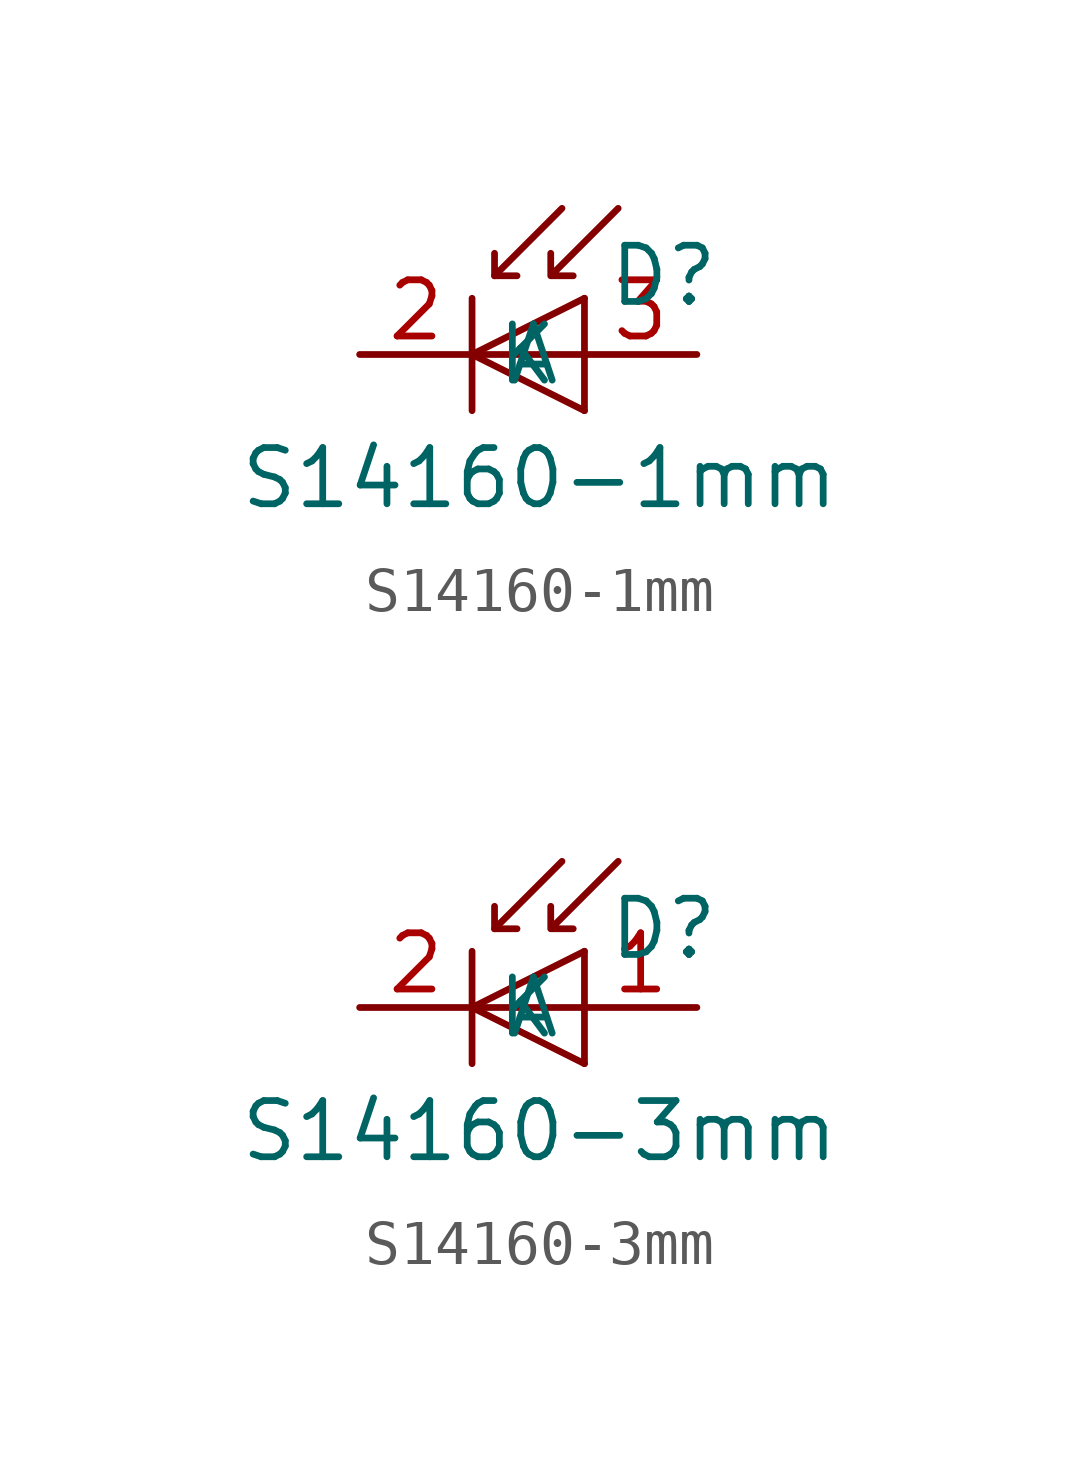
<source format=kicad_sym>
(kicad_symbol_lib
  (version 20200126)
  (host kicad_symbol_editor "(5.99.0-2215-gb084305b1)")
  (symbol "SIPMLibrary:S14160-1mm"
    (pin_names
      (offset 0.508))
    (property "Reference" "D"
      (at 0.508 1.778 0)
      (effects (font (size 1.27 1.27)) (justify left)))
    (property "Value" "S14160-1mm"
      (at -1.016 -2.794 0)
      (effects (font (size 1.27 1.27))))
    (symbol "S14160-1mm_0_1"
      (polyline (pts (xy -2.54 1.27) (xy -2.54 -1.27)) (stroke (width 0.152)) (fill (type none)))
      (polyline (pts (xy -2.032 1.778) (xy -1.524 1.778)) (stroke (width 0)) (fill (type none)))
      (polyline (pts (xy 0 0) (xy -2.54 0)) (stroke (width 0)) (fill (type none)))
      (polyline (pts (xy 0 1.27) (xy 0 -1.27)) (stroke (width 0)) (fill (type none)))
      (polyline (pts (xy -0.508 3.302) (xy -2.032 1.778) (xy -2.032 2.286)) (stroke (width 0)) (fill (type none)))
      (polyline (pts (xy 0 1.27) (xy -2.54 0) (xy 0 -1.27)) (stroke (width 0)) (fill (type none)))
      (polyline (pts (xy 0.762 3.302) (xy -0.762 1.778) (xy -0.762 2.286) (xy -0.762 1.778) (xy -0.254 1.778)) (stroke (width 0)) (fill (type none))))
    (symbol "S14160-1mm_1_1"
      (pin passive line (at -5.08 0 0) (length 2.54) (name "K" (effects (font (size 1.27 1.27)))) (number "2" (effects (font (size 1.27 1.27)))))
      (pin passive line (at 2.54 0 180) (length 2.54) (name "A" (effects (font (size 1.27 1.27)))) (number "3" (effects (font (size 1.27 1.27)))))))
  (symbol "SIPMLibrary:S14160-3mm"
    (pin_names
      (offset 0.508))
    (property "Reference" "D"
      (at 0.508 1.778 0)
      (effects (font (size 1.27 1.27)) (justify left)))
    (property "Value" "S14160-3mm"
      (at -1.016 -2.794 0)
      (effects (font (size 1.27 1.27))))
    (symbol "S14160-3mm_0_1"
      (polyline (pts (xy -2.54 1.27) (xy -2.54 -1.27)) (stroke (width 0.152)) (fill (type none)))
      (polyline (pts (xy -2.032 1.778) (xy -1.524 1.778)) (stroke (width 0)) (fill (type none)))
      (polyline (pts (xy 0 0) (xy -2.54 0)) (stroke (width 0)) (fill (type none)))
      (polyline (pts (xy 0 1.27) (xy 0 -1.27)) (stroke (width 0)) (fill (type none)))
      (polyline (pts (xy -0.508 3.302) (xy -2.032 1.778) (xy -2.032 2.286)) (stroke (width 0)) (fill (type none)))
      (polyline (pts (xy 0 1.27) (xy -2.54 0) (xy 0 -1.27)) (stroke (width 0)) (fill (type none)))
      (polyline (pts (xy 0.762 3.302) (xy -0.762 1.778) (xy -0.762 2.286) (xy -0.762 1.778) (xy -0.254 1.778)) (stroke (width 0)) (fill (type none))))
    (symbol "S14160-3mm_1_1"
      (pin passive line (at -5.08 0 0) (length 2.54) (name "K" (effects (font (size 1.27 1.27)))) (number "2" (effects (font (size 1.27 1.27)))))
      (pin passive line (at 2.54 0 180) (length 2.54) (name "A" (effects (font (size 1.27 1.27)))) (number "1" (effects (font (size 1.27 1.27))))))))
</source>
